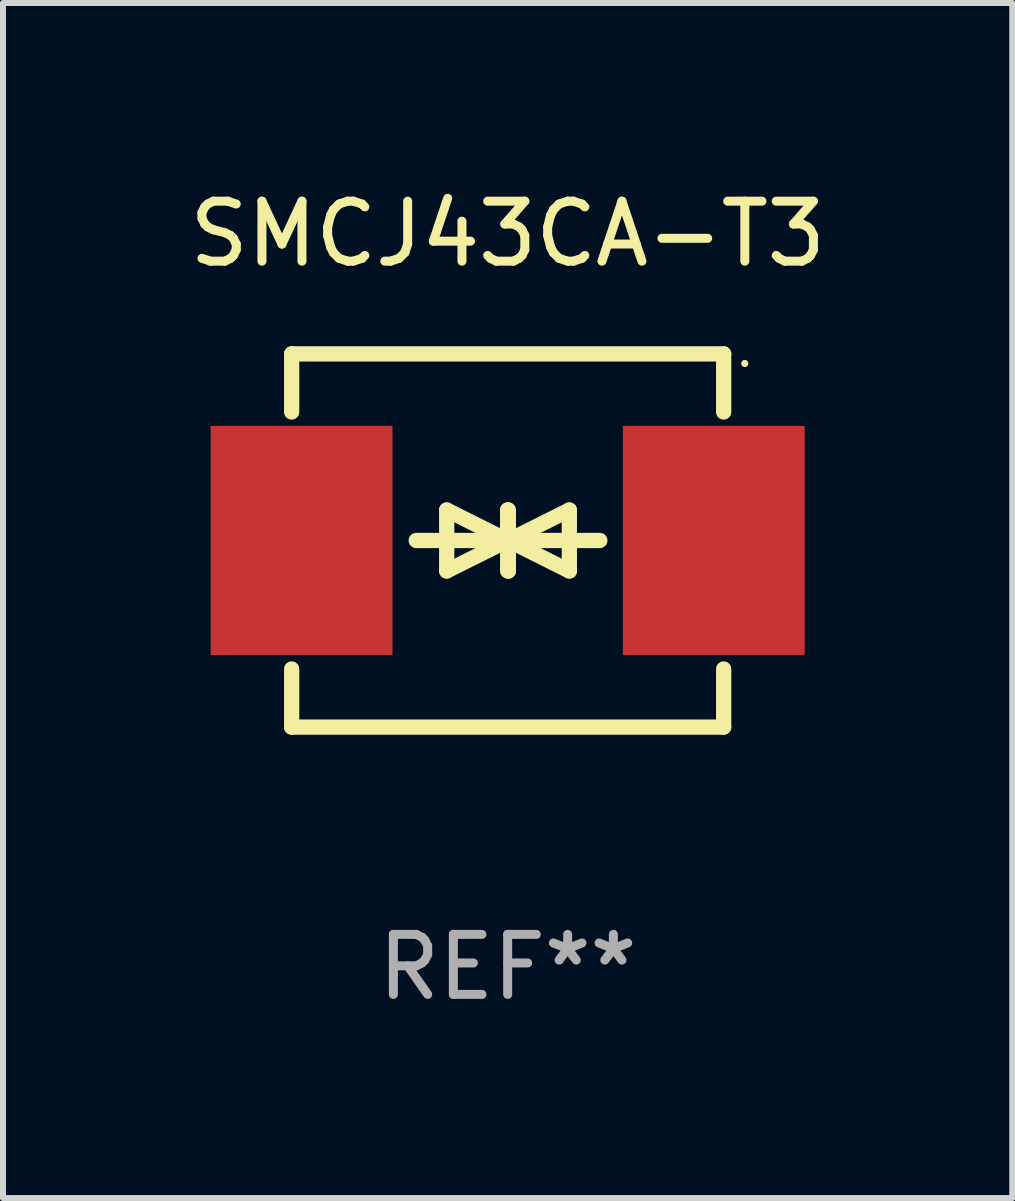
<source format=kicad_pcb>
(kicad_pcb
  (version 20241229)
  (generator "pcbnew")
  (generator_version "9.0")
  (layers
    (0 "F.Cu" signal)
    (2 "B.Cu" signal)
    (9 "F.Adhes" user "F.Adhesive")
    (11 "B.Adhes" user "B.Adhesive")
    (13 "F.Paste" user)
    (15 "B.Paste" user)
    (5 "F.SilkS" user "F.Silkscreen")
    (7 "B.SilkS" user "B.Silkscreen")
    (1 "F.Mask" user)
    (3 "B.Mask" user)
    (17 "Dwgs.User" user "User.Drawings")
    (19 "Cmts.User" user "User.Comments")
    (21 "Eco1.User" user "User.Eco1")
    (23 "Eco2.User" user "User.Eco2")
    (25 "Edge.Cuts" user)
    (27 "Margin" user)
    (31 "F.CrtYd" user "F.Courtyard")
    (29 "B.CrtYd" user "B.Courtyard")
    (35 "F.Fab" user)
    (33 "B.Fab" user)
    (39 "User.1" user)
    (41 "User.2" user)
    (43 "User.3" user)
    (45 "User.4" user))
  (footprint "SMCJ43CA-T3"
    (layer "F.Cu")
    (at 5.411 5.958)
    (property "Reference" "SMCJ43CA-T3" (at 0 -5.11 0) (layer "F.SilkS") (effects (font (size 1 1) (thickness 0.15))))
    (attr through_hole)
    (fp_line (start -3.6 -2.141) (end -3.6 -3.11) (stroke (width 0.254) (type solid)) (layer "F.SilkS"))
    (fp_line (start -3.6 3.11) (end -3.6 2.141) (stroke (width 0.254) (type solid)) (layer "F.SilkS"))
    (fp_line (start -1.524 0) (end 0.508 0) (stroke (width 0.254) (type solid)) (layer "F.SilkS"))
    (fp_line (start -1.016 -0.508) (end -1.016 0.508) (stroke (width 0.254) (type solid)) (layer "F.SilkS"))
    (fp_line (start -1.016 0.508) (end 0 0) (stroke (width 0.254) (type solid)) (layer "F.SilkS"))
    (fp_line (start 0 -0.508) (end 0 0.508) (stroke (width 0.254) (type solid)) (layer "F.SilkS"))
    (fp_line (start 0 0) (end -1.016 -0.508) (stroke (width 0.254) (type solid)) (layer "F.SilkS"))
    (fp_line (start 0 0) (end 0 -0.508) (stroke (width 0.254) (type solid)) (layer "F.SilkS"))
    (fp_line (start 0.012 0) (end 0.012 0.508) (stroke (width 0.254) (type solid)) (layer "F.SilkS"))
    (fp_line (start 0.012 0) (end 1.028 0.508) (stroke (width 0.254) (type solid)) (layer "F.SilkS"))
    (fp_line (start 0.012 0.508) (end 0.012 -0.508) (stroke (width 0.254) (type solid)) (layer "F.SilkS"))
    (fp_line (start 1.028 -0.508) (end 0.012 0) (stroke (width 0.254) (type solid)) (layer "F.SilkS"))
    (fp_line (start 1.028 0.508) (end 1.028 -0.508) (stroke (width 0.254) (type solid)) (layer "F.SilkS"))
    (fp_line (start 1.536 0) (end -0.496 0) (stroke (width 0.254) (type solid)) (layer "F.SilkS"))
    (fp_line (start 3.6 -3.11) (end -3.6 -3.11) (stroke (width 0.254) (type solid)) (layer "F.SilkS"))
    (fp_line (start 3.6 -2.141) (end 3.6 -3.11) (stroke (width 0.254) (type solid)) (layer "F.SilkS"))
    (fp_line (start 3.6 3.11) (end -3.6 3.11) (stroke (width 0.254) (type solid)) (layer "F.SilkS"))
    (fp_line (start 3.6 3.11) (end 3.6 2.141) (stroke (width 0.254) (type solid)) (layer "F.SilkS"))
    (fp_circle (center 3.952 -2.95) (end 3.982 -2.95) (stroke (width 0.06) (type solid)) (fill no) (layer "F.SilkS"))
    (fp_text user "REF**" (at 0 7.11 0) (layer "F.Fab") (effects (font (size 1 1) (thickness 0.15))))
    (pad "1" smd rect (at 3.435 0) (size 3.03 3.82) (layers "F.Cu" "F.Mask" "F.Paste"))
    (pad "2" smd rect (at -3.435 0) (size 3.03 3.82) (layers "F.Cu" "F.Mask" "F.Paste")))
  (gr_rect
    (start -3 -3)
    (end 13.821 16.917)
    (stroke (width 0.1) (type default))
    (fill no)
    (layer "Edge.Cuts")))
</source>
